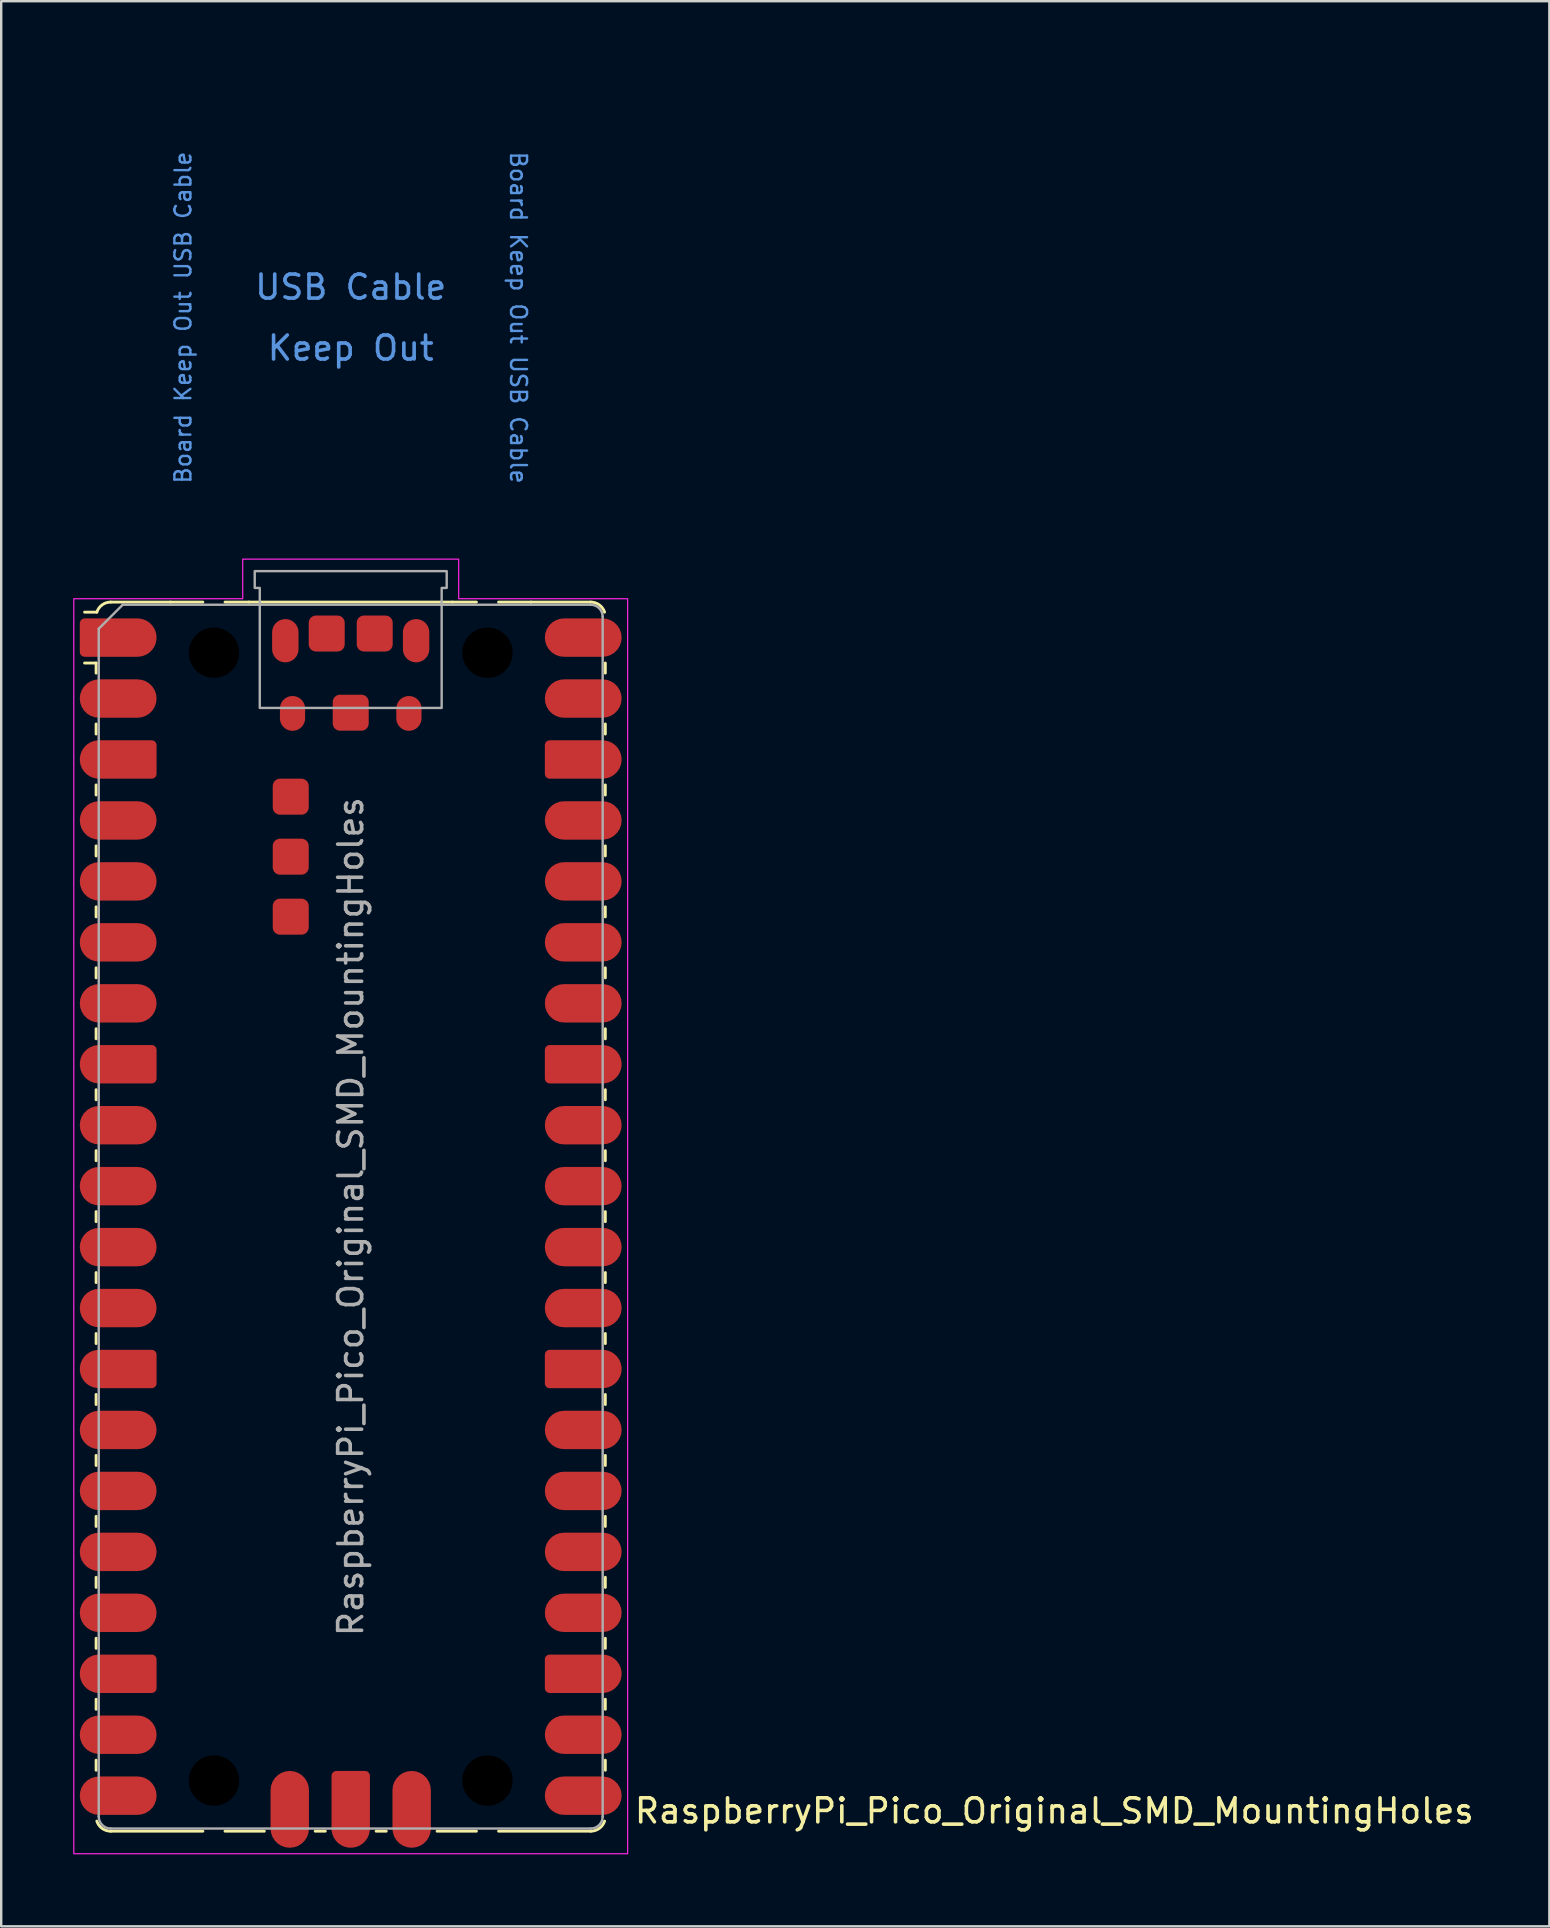
<source format=kicad_pcb>
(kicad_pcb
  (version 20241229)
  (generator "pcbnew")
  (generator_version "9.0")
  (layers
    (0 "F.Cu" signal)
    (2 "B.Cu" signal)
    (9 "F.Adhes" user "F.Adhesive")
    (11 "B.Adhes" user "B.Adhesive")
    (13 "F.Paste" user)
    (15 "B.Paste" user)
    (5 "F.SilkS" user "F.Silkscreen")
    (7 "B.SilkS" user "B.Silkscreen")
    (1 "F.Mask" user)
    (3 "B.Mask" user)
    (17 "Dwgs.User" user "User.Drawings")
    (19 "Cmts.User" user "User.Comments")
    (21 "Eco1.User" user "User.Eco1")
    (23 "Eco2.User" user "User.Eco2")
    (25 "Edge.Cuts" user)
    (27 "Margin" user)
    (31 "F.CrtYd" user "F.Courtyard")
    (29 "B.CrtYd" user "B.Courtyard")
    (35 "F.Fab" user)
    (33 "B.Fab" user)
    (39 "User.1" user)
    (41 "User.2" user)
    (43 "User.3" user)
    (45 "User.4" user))
  (footprint "RaspberryPi_Pico_Original_SMD_MountingHoles"
    (layer "F.Cu")
    (at 11.565 47.65)
    (property "Reference" "RaspberryPi_Pico_Original_SMD_MountingHoles" (at 11.748 24.765 0) (unlocked yes) (layer "F.SilkS") (effects (font (size 1 1) (thickness 0.15)) (justify left)))
    (attr smd)
    (fp_line (start -10.61 -23.07) (end -11.09 -23.07) (stroke (width 0.12) (type solid)) (layer "F.SilkS"))
    (fp_line (start -10.61 -23.07) (end -10.61 -22.65) (stroke (width 0.12) (type solid)) (layer "F.SilkS"))
    (fp_line (start -10.61 -20.53) (end -10.61 -20.11) (stroke (width 0.12) (type solid)) (layer "F.SilkS"))
    (fp_line (start -10.61 -17.99) (end -10.61 -17.57) (stroke (width 0.12) (type solid)) (layer "F.SilkS"))
    (fp_line (start -10.61 -15.45) (end -10.61 -15.03) (stroke (width 0.12) (type solid)) (layer "F.SilkS"))
    (fp_line (start -10.61 -12.91) (end -10.61 -12.49) (stroke (width 0.12) (type solid)) (layer "F.SilkS"))
    (fp_line (start -10.61 -10.37) (end -10.61 -9.95) (stroke (width 0.12) (type solid)) (layer "F.SilkS"))
    (fp_line (start -10.61 -7.83) (end -10.61 -7.41) (stroke (width 0.12) (type solid)) (layer "F.SilkS"))
    (fp_line (start -10.61 -5.29) (end -10.61 -4.87) (stroke (width 0.12) (type solid)) (layer "F.SilkS"))
    (fp_line (start -10.61 -2.75) (end -10.61 -2.33) (stroke (width 0.12) (type solid)) (layer "F.SilkS"))
    (fp_line (start -10.61 -0.21) (end -10.61 0.21) (stroke (width 0.12) (type solid)) (layer "F.SilkS"))
    (fp_line (start -10.61 2.33) (end -10.61 2.75) (stroke (width 0.12) (type solid)) (layer "F.SilkS"))
    (fp_line (start -10.61 4.87) (end -10.61 5.29) (stroke (width 0.12) (type solid)) (layer "F.SilkS"))
    (fp_line (start -10.61 7.41) (end -10.61 7.83) (stroke (width 0.12) (type solid)) (layer "F.SilkS"))
    (fp_line (start -10.61 9.95) (end -10.61 10.37) (stroke (width 0.12) (type solid)) (layer "F.SilkS"))
    (fp_line (start -10.61 12.49) (end -10.61 12.91) (stroke (width 0.12) (type solid)) (layer "F.SilkS"))
    (fp_line (start -10.61 15.03) (end -10.61 15.45) (stroke (width 0.12) (type solid)) (layer "F.SilkS"))
    (fp_line (start -10.61 17.57) (end -10.61 17.99) (stroke (width 0.12) (type solid)) (layer "F.SilkS"))
    (fp_line (start -10.61 20.11) (end -10.61 20.53) (stroke (width 0.12) (type solid)) (layer "F.SilkS"))
    (fp_line (start -10.61 22.65) (end -10.61 23.07) (stroke (width 0.12) (type solid)) (layer "F.SilkS"))
    (fp_line (start -10.58 -25.19) (end -11.09 -25.19) (stroke (width 0.12) (type solid)) (layer "F.SilkS"))
    (fp_line (start -10 -25.61) (end -7.51 -25.61) (stroke (width 0.12) (type solid)) (layer "F.SilkS"))
    (fp_line (start -10 25.61) (end -6.162 25.61) (stroke (width 0.12) (type solid)) (layer "F.SilkS"))
    (fp_line (start -7.51 -25.61) (end -6.162 -25.61) (stroke (width 0.12) (type solid)) (layer "F.SilkS"))
    (fp_line (start -5.238 -25.61) (end -4.235 -25.61) (stroke (width 0.12) (type solid)) (layer "F.SilkS"))
    (fp_line (start -4.235 -25.61) (end 4.235 -25.61) (stroke (width 0.12) (type solid)) (layer "F.SilkS"))
    (fp_line (start -3.6 25.61) (end -5.238 25.61) (stroke (width 0.12) (type solid)) (layer "F.SilkS"))
    (fp_line (start -1.48 25.61) (end -1.06 25.61) (stroke (width 0.12) (type solid)) (layer "F.SilkS"))
    (fp_line (start 1.06 25.61) (end 1.48 25.61) (stroke (width 0.12) (type solid)) (layer "F.SilkS"))
    (fp_line (start 4.235 -25.61) (end 5.238 -25.61) (stroke (width 0.12) (type solid)) (layer "F.SilkS"))
    (fp_line (start 5.238 25.61) (end 3.6 25.61) (stroke (width 0.12) (type solid)) (layer "F.SilkS"))
    (fp_line (start 6.162 -25.61) (end 7.51 -25.61) (stroke (width 0.12) (type solid)) (layer "F.SilkS"))
    (fp_line (start 6.162 25.61) (end 10 25.61) (stroke (width 0.12) (type solid)) (layer "F.SilkS"))
    (fp_line (start 10 -25.61) (end 7.51 -25.61) (stroke (width 0.12) (type solid)) (layer "F.SilkS"))
    (fp_line (start 10.61 -23.07) (end 10.61 -22.65) (stroke (width 0.12) (type solid)) (layer "F.SilkS"))
    (fp_line (start 10.61 -20.53) (end 10.61 -20.11) (stroke (width 0.12) (type solid)) (layer "F.SilkS"))
    (fp_line (start 10.61 -17.99) (end 10.61 -17.57) (stroke (width 0.12) (type solid)) (layer "F.SilkS"))
    (fp_line (start 10.61 -15.45) (end 10.61 -15.03) (stroke (width 0.12) (type solid)) (layer "F.SilkS"))
    (fp_line (start 10.61 -12.91) (end 10.61 -12.49) (stroke (width 0.12) (type solid)) (layer "F.SilkS"))
    (fp_line (start 10.61 -10.37) (end 10.61 -9.95) (stroke (width 0.12) (type solid)) (layer "F.SilkS"))
    (fp_line (start 10.61 -7.83) (end 10.61 -7.41) (stroke (width 0.12) (type solid)) (layer "F.SilkS"))
    (fp_line (start 10.61 -5.29) (end 10.61 -4.87) (stroke (width 0.12) (type solid)) (layer "F.SilkS"))
    (fp_line (start 10.61 -2.75) (end 10.61 -2.33) (stroke (width 0.12) (type solid)) (layer "F.SilkS"))
    (fp_line (start 10.61 -0.21) (end 10.61 0.21) (stroke (width 0.12) (type solid)) (layer "F.SilkS"))
    (fp_line (start 10.61 2.33) (end 10.61 2.75) (stroke (width 0.12) (type solid)) (layer "F.SilkS"))
    (fp_line (start 10.61 4.87) (end 10.61 5.29) (stroke (width 0.12) (type solid)) (layer "F.SilkS"))
    (fp_line (start 10.61 7.41) (end 10.61 7.83) (stroke (width 0.12) (type solid)) (layer "F.SilkS"))
    (fp_line (start 10.61 9.95) (end 10.61 10.37) (stroke (width 0.12) (type solid)) (layer "F.SilkS"))
    (fp_line (start 10.61 12.49) (end 10.61 12.91) (stroke (width 0.12) (type solid)) (layer "F.SilkS"))
    (fp_line (start 10.61 15.03) (end 10.61 15.45) (stroke (width 0.12) (type solid)) (layer "F.SilkS"))
    (fp_line (start 10.61 17.57) (end 10.61 17.99) (stroke (width 0.12) (type solid)) (layer "F.SilkS"))
    (fp_line (start 10.61 20.11) (end 10.61 20.53) (stroke (width 0.12) (type solid)) (layer "F.SilkS"))
    (fp_line (start 10.61 22.65) (end 10.61 23.07) (stroke (width 0.12) (type solid)) (layer "F.SilkS"))
    (fp_arc (start -10.579676 -25.189937) (mid -10.357938 -25.493944) (end -10 -25.61) (stroke (width 0.12) (type solid)) (layer "F.SilkS"))
    (fp_arc (start -10 25.61) (mid -10.357937 25.493943) (end -10.579676 25.189937) (stroke (width 0.12) (type solid)) (layer "F.SilkS"))
    (fp_arc (start 10 -25.61) (mid 10.357937 -25.493944) (end 10.579676 -25.189937) (stroke (width 0.12) (type solid)) (layer "F.SilkS"))
    (fp_arc (start 10.579676 25.189937) (mid 10.357953 25.493966) (end 10 25.61) (stroke (width 0.12) (type solid)) (layer "F.SilkS"))
    (fp_poly (pts (xy -4.5 -27.4) (xy 4.5 -27.4) (xy 4.5 -25.75) (xy 11.54 -25.75) (xy 11.54 26.55) (xy -11.54 26.55) (xy -11.54 -25.75) (xy -4.5 -25.75)) (stroke (width 0.05) (type solid)) (fill no) (layer "F.CrtYd"))
    (fp_line (start -10.5 -24.5) (end -9.5 -25.5) (stroke (width 0.1) (type solid)) (layer "F.Fab"))
    (fp_line (start -10.5 25) (end -10.5 -24.5) (stroke (width 0.1) (type solid)) (layer "F.Fab"))
    (fp_line (start -9.5 -25.5) (end 10 -25.5) (stroke (width 0.1) (type solid)) (layer "F.Fab"))
    (fp_line (start 10 25.5) (end -10 25.5) (stroke (width 0.1) (type solid)) (layer "F.Fab"))
    (fp_line (start 10.5 -25) (end 10.5 25) (stroke (width 0.1) (type solid)) (layer "F.Fab"))
    (fp_arc (start -10 25.5) (mid -10.353553 25.353553) (end -10.5 25) (stroke (width 0.1) (type solid)) (layer "F.Fab"))
    (fp_arc (start 10 -25.5) (mid 10.353553 -25.353553) (end 10.5 -25) (stroke (width 0.1) (type solid)) (layer "F.Fab"))
    (fp_arc (start 10.5 25) (mid 10.353553 25.353553) (end 10 25.5) (stroke (width 0.1) (type solid)) (layer "F.Fab"))
    (fp_poly (pts (xy 3.79 -21.2) (xy 3.79 -26.2) (xy 4 -26.2) (xy 4 -26.9) (xy -4 -26.9) (xy -4 -26.2) (xy -3.79 -26.2) (xy -3.79 -21.2)) (stroke (width 0.1) (type solid)) (fill no) (layer "F.Fab"))
    (fp_text user "Board Keep Out USB Cable" (at 6.985 -37.465 270) (unlocked yes) (layer "Cmts.User") (effects (font (size 0.667 0.667) (thickness 0.1))))
    (fp_text user "Keep Out" (at 0 -36.195 0) (unlocked yes) (layer "Cmts.User") (effects (font (size 1 1) (thickness 0.15))))
    (fp_text user "USB Cable" (at 0 -38.735 0) (unlocked yes) (layer "Cmts.User") (effects (font (size 1 1) (thickness 0.15))))
    (fp_text user "Board Keep Out USB Cable" (at -6.985 -37.465 90) (unlocked yes) (layer "Cmts.User") (effects (font (size 0.667 0.667) (thickness 0.1))))
    (fp_text user "${REFERENCE}" (at 0 0 90) (layer "F.Fab") (effects (font (size 1 1) (thickness 0.15))))
    (pad "" np_thru_hole circle (at -5.7 -23.5) (size 3.8 3.8) (drill 2.1) (layers "*.Mask"))
    (pad "" np_thru_hole circle (at -5.7 23.5) (size 3.8 3.8) (drill 2.1) (layers "*.Mask"))
    (pad "" smd oval (at -2.725 -24) (size 1.1 1.8) (layers "F.Cu" "F.Mask" "F.Paste"))
    (pad "" smd oval (at -2.425 -20.97) (size 1.05 1.45) (layers "F.Cu" "F.Mask" "F.Paste"))
    (pad "" smd oval (at 2.425 -20.97) (size 1.05 1.45) (layers "F.Cu" "F.Mask" "F.Paste"))
    (pad "" smd oval (at 2.725 -24) (size 1.1 1.8) (layers "F.Cu" "F.Mask" "F.Paste"))
    (pad "" np_thru_hole circle (at 5.7 -23.5) (size 3.8 3.8) (drill 2.1) (layers "*.Mask"))
    (pad "" np_thru_hole circle (at 5.7 23.5) (size 3.8 3.8) (drill 2.1) (layers "*.Mask"))
    (pad "1" smd custom (at -8.89 -24.13) (size 1.6 1.6) (layers "F.Cu" "F.Mask" "F.Paste") (options (anchor circle)) (primitives (gr_poly (pts (xy -2.4 0.6) (xy -2.4 -0.6) (xy -2.2 -0.8) (xy 0 -0.8) (xy 0 0.8) (xy -2.2 0.8)) (width 0) (fill yes)) (gr_circle (center -2.2 0.6) (end -2 0.6) (width 0) (fill yes)) (gr_circle (center -2.2 -0.6) (end -2 -0.6) (width 0) (fill yes))))
    (pad "2" smd roundrect (at -8.89 -21.59) (size 3.2 1.6) (drill (offset -0.8 0)) (layers "F.Cu" "F.Mask" "F.Paste") (roundrect_rratio 0.5))
    (pad "3" smd custom (at -8.89 -19.05) (size 1.6 1.6) (layers "F.Cu" "F.Mask" "F.Paste") (options (anchor circle)) (primitives (gr_poly (pts (xy 0.8 -0.6) (xy 0.8 0.6) (xy 0.6 0.8) (xy -1.6 0.8) (xy -1.6 -0.8) (xy 0.6 -0.8)) (width 0) (fill yes)) (gr_circle (center 0.6 0.6) (end 0.8 0.6) (width 0) (fill yes)) (gr_circle (center 0.6 -0.6) (end 0.8 -0.6) (width 0) (fill yes)) (gr_circle (center -1.6 0) (end -0.8 0) (width 0) (fill yes))))
    (pad "4" smd roundrect (at -8.89 -16.51) (size 3.2 1.6) (drill (offset -0.8 0)) (layers "F.Cu" "F.Mask" "F.Paste") (roundrect_rratio 0.5))
    (pad "5" smd roundrect (at -8.89 -13.97) (size 3.2 1.6) (drill (offset -0.8 0)) (layers "F.Cu" "F.Mask" "F.Paste") (roundrect_rratio 0.5))
    (pad "6" smd roundrect (at -8.89 -11.43) (size 3.2 1.6) (drill (offset -0.8 0)) (layers "F.Cu" "F.Mask" "F.Paste") (roundrect_rratio 0.5))
    (pad "7" smd roundrect (at -8.89 -8.89) (size 3.2 1.6) (drill (offset -0.8 0)) (layers "F.Cu" "F.Mask" "F.Paste") (roundrect_rratio 0.5))
    (pad "8" smd custom (at -8.89 -6.35) (size 1.6 1.6) (layers "F.Cu" "F.Mask" "F.Paste") (options (anchor circle)) (primitives (gr_poly (pts (xy 0.8 -0.6) (xy 0.8 0.6) (xy 0.6 0.8) (xy -1.6 0.8) (xy -1.6 -0.8) (xy 0.6 -0.8)) (width 0) (fill yes)) (gr_circle (center 0.6 0.6) (end 0.8 0.6) (width 0) (fill yes)) (gr_circle (center 0.6 -0.6) (end 0.8 -0.6) (width 0) (fill yes)) (gr_circle (center -1.6 0) (end -0.8 0) (width 0) (fill yes))))
    (pad "9" smd roundrect (at -8.89 -3.81) (size 3.2 1.6) (drill (offset -0.8 0)) (layers "F.Cu" "F.Mask" "F.Paste") (roundrect_rratio 0.5))
    (pad "10" smd roundrect (at -8.89 -1.27) (size 3.2 1.6) (drill (offset -0.8 0)) (layers "F.Cu" "F.Mask" "F.Paste") (roundrect_rratio 0.5))
    (pad "11" smd roundrect (at -8.89 1.27) (size 3.2 1.6) (drill (offset -0.8 0)) (layers "F.Cu" "F.Mask" "F.Paste") (roundrect_rratio 0.5))
    (pad "12" smd roundrect (at -8.89 3.81) (size 3.2 1.6) (drill (offset -0.8 0)) (layers "F.Cu" "F.Mask" "F.Paste") (roundrect_rratio 0.5))
    (pad "13" smd custom (at -8.89 6.35) (size 1.6 1.6) (layers "F.Cu" "F.Mask" "F.Paste") (options (anchor circle)) (primitives (gr_poly (pts (xy 0.8 -0.6) (xy 0.8 0.6) (xy 0.6 0.8) (xy -1.6 0.8) (xy -1.6 -0.8) (xy 0.6 -0.8)) (width 0) (fill yes)) (gr_circle (center 0.6 0.6) (end 0.8 0.6) (width 0) (fill yes)) (gr_circle (center 0.6 -0.6) (end 0.8 -0.6) (width 0) (fill yes)) (gr_circle (center -1.6 0) (end -0.8 0) (width 0) (fill yes))))
    (pad "14" smd roundrect (at -8.89 8.89) (size 3.2 1.6) (drill (offset -0.8 0)) (layers "F.Cu" "F.Mask" "F.Paste") (roundrect_rratio 0.5))
    (pad "15" smd roundrect (at -8.89 11.43) (size 3.2 1.6) (drill (offset -0.8 0)) (layers "F.Cu" "F.Mask" "F.Paste") (roundrect_rratio 0.5))
    (pad "16" smd roundrect (at -8.89 13.97) (size 3.2 1.6) (drill (offset -0.8 0)) (layers "F.Cu" "F.Mask" "F.Paste") (roundrect_rratio 0.5))
    (pad "17" smd roundrect (at -8.89 16.51) (size 3.2 1.6) (drill (offset -0.8 0)) (layers "F.Cu" "F.Mask" "F.Paste") (roundrect_rratio 0.5))
    (pad "18" smd custom (at -8.89 19.05) (size 1.6 1.6) (layers "F.Cu" "F.Mask" "F.Paste") (options (anchor circle)) (primitives (gr_poly (pts (xy 0.8 -0.6) (xy 0.8 0.6) (xy 0.6 0.8) (xy -1.6 0.8) (xy -1.6 -0.8) (xy 0.6 -0.8)) (width 0) (fill yes)) (gr_circle (center 0.6 0.6) (end 0.8 0.6) (width 0) (fill yes)) (gr_circle (center 0.6 -0.6) (end 0.8 -0.6) (width 0) (fill yes)) (gr_circle (center -1.6 0) (end -0.8 0) (width 0) (fill yes))))
    (pad "19" smd roundrect (at -8.89 21.59) (size 3.2 1.6) (drill (offset -0.8 0)) (layers "F.Cu" "F.Mask" "F.Paste") (roundrect_rratio 0.5))
    (pad "20" smd roundrect (at -8.89 24.13) (size 3.2 1.6) (drill (offset -0.8 0)) (layers "F.Cu" "F.Mask" "F.Paste") (roundrect_rratio 0.5))
    (pad "21" smd roundrect (at 8.89 24.13) (size 3.2 1.6) (drill (offset 0.8 0)) (layers "F.Cu" "F.Mask" "F.Paste") (roundrect_rratio 0.5))
    (pad "22" smd roundrect (at 8.89 21.59) (size 3.2 1.6) (drill (offset 0.8 0)) (layers "F.Cu" "F.Mask" "F.Paste") (roundrect_rratio 0.5))
    (pad "23" smd custom (at 8.89 19.05) (size 1.6 1.6) (layers "F.Cu" "F.Mask" "F.Paste") (options (anchor circle)) (primitives (gr_poly (pts (xy -0.8 -0.6) (xy -0.8 0.6) (xy -0.6 0.8) (xy 1.6 0.8) (xy 1.6 -0.8) (xy -0.6 -0.8)) (width 0) (fill yes)) (gr_circle (center -0.6 0.6) (end -0.4 0.6) (width 0) (fill yes)) (gr_circle (center -0.6 -0.6) (end -0.4 -0.6) (width 0) (fill yes)) (gr_circle (center 1.6 0) (end 2.4 0) (width 0) (fill yes))))
    (pad "24" smd roundrect (at 8.89 16.51) (size 3.2 1.6) (drill (offset 0.8 0)) (layers "F.Cu" "F.Mask" "F.Paste") (roundrect_rratio 0.5))
    (pad "25" smd roundrect (at 8.89 13.97) (size 3.2 1.6) (drill (offset 0.8 0)) (layers "F.Cu" "F.Mask" "F.Paste") (roundrect_rratio 0.5))
    (pad "26" smd roundrect (at 8.89 11.43) (size 3.2 1.6) (drill (offset 0.8 0)) (layers "F.Cu" "F.Mask" "F.Paste") (roundrect_rratio 0.5))
    (pad "27" smd roundrect (at 8.89 8.89) (size 3.2 1.6) (drill (offset 0.8 0)) (layers "F.Cu" "F.Mask" "F.Paste") (roundrect_rratio 0.5))
    (pad "28" smd custom (at 8.89 6.35) (size 1.6 1.6) (layers "F.Cu" "F.Mask" "F.Paste") (options (anchor circle)) (primitives (gr_poly (pts (xy -0.8 -0.6) (xy -0.8 0.6) (xy -0.6 0.8) (xy 1.6 0.8) (xy 1.6 -0.8) (xy -0.6 -0.8)) (width 0) (fill yes)) (gr_circle (center -0.6 0.6) (end -0.4 0.6) (width 0) (fill yes)) (gr_circle (center -0.6 -0.6) (end -0.4 -0.6) (width 0) (fill yes)) (gr_circle (center 1.6 0) (end 2.4 0) (width 0) (fill yes))))
    (pad "29" smd roundrect (at 8.89 3.81) (size 3.2 1.6) (drill (offset 0.8 0)) (layers "F.Cu" "F.Mask" "F.Paste") (roundrect_rratio 0.5))
    (pad "30" smd roundrect (at 8.89 1.27) (size 3.2 1.6) (drill (offset 0.8 0)) (layers "F.Cu" "F.Mask" "F.Paste") (roundrect_rratio 0.5))
    (pad "31" smd roundrect (at 8.89 -1.27) (size 3.2 1.6) (drill (offset 0.8 0)) (layers "F.Cu" "F.Mask" "F.Paste") (roundrect_rratio 0.5))
    (pad "32" smd roundrect (at 8.89 -3.81) (size 3.2 1.6) (drill (offset 0.8 0)) (layers "F.Cu" "F.Mask" "F.Paste") (roundrect_rratio 0.5))
    (pad "33" smd custom (at 8.89 -6.35) (size 1.6 1.6) (layers "F.Cu" "F.Mask" "F.Paste") (options (anchor circle)) (primitives (gr_poly (pts (xy -0.8 -0.6) (xy -0.8 0.6) (xy -0.6 0.8) (xy 1.6 0.8) (xy 1.6 -0.8) (xy -0.6 -0.8)) (width 0) (fill yes)) (gr_circle (center -0.6 0.6) (end -0.4 0.6) (width 0) (fill yes)) (gr_circle (center -0.6 -0.6) (end -0.4 -0.6) (width 0) (fill yes)) (gr_circle (center 1.6 0) (end 2.4 0) (width 0) (fill yes))))
    (pad "34" smd roundrect (at 8.89 -8.89) (size 3.2 1.6) (drill (offset 0.8 0)) (layers "F.Cu" "F.Mask" "F.Paste") (roundrect_rratio 0.5))
    (pad "35" smd roundrect (at 8.89 -11.43) (size 3.2 1.6) (drill (offset 0.8 0)) (layers "F.Cu" "F.Mask" "F.Paste") (roundrect_rratio 0.5))
    (pad "36" smd roundrect (at 8.89 -13.97) (size 3.2 1.6) (drill (offset 0.8 0)) (layers "F.Cu" "F.Mask" "F.Paste") (roundrect_rratio 0.5))
    (pad "37" smd roundrect (at 8.89 -16.51) (size 3.2 1.6) (drill (offset 0.8 0)) (layers "F.Cu" "F.Mask" "F.Paste") (roundrect_rratio 0.5))
    (pad "38" smd custom (at 8.89 -19.05) (size 1.6 1.6) (layers "F.Cu" "F.Mask" "F.Paste") (options (anchor circle)) (primitives (gr_poly (pts (xy -0.8 -0.6) (xy -0.8 0.6) (xy -0.6 0.8) (xy 1.6 0.8) (xy 1.6 -0.8) (xy -0.6 -0.8)) (width 0) (fill yes)) (gr_circle (center -0.6 0.6) (end -0.4 0.6) (width 0) (fill yes)) (gr_circle (center -0.6 -0.6) (end -0.4 -0.6) (width 0) (fill yes)) (gr_circle (center 1.6 0) (end 2.4 0) (width 0) (fill yes))))
    (pad "39" smd roundrect (at 8.89 -21.59) (size 3.2 1.6) (drill (offset 0.8 0)) (layers "F.Cu" "F.Mask" "F.Paste") (roundrect_rratio 0.5))
    (pad "40" smd roundrect (at 8.89 -24.13) (size 3.2 1.6) (drill (offset 0.8 0)) (layers "F.Cu" "F.Mask" "F.Paste") (roundrect_rratio 0.5))
    (pad "D1" smd roundrect (at -2.54 23.9 90) (size 3.2 1.6) (drill (offset -0.8 0)) (layers "F.Cu" "F.Mask" "F.Paste") (roundrect_rratio 0.5))
    (pad "D2" smd custom (at 0 23.9 270) (size 1.6 1.6) (layers "F.Cu" "F.Mask" "F.Paste") (options (anchor circle)) (primitives (gr_poly (pts (xy -0.8 -0.6) (xy -0.8 0.6) (xy -0.6 0.8) (xy 1.6 0.8) (xy 1.6 -0.8) (xy -0.6 -0.8)) (width 0) (fill yes)) (gr_circle (center -0.6 0.6) (end -0.4 0.6) (width 0) (fill yes)) (gr_circle (center -0.6 -0.6) (end -0.4 -0.6) (width 0) (fill yes)) (gr_circle (center 1.6 0) (end 2.4 0) (width 0) (fill yes))))
    (pad "D3" smd roundrect (at 2.54 23.9 90) (size 3.2 1.6) (drill (offset -0.8 0)) (layers "F.Cu" "F.Mask" "F.Paste") (roundrect_rratio 0.5))
    (pad "TP1" smd roundrect (at 0 -21) (size 1.5 1.5) (layers "F.Cu" "F.Mask" "F.Paste") (roundrect_rratio 0.2))
    (pad "TP2" smd roundrect (at 1 -24.3) (size 1.5 1.5) (layers "F.Cu" "F.Mask" "F.Paste") (roundrect_rratio 0.2))
    (pad "TP3" smd roundrect (at -1 -24.3) (size 1.5 1.5) (layers "F.Cu" "F.Mask" "F.Paste") (roundrect_rratio 0.2))
    (pad "TP4" smd roundrect (at -2.5 -17.5) (size 1.5 1.5) (layers "F.Cu" "F.Mask" "F.Paste") (roundrect_rratio 0.2))
    (pad "TP5" smd roundrect (at -2.5 -15) (size 1.5 1.5) (layers "F.Cu" "F.Mask" "F.Paste") (roundrect_rratio 0.2))
    (pad "TP6" smd roundrect (at -2.5 -12.5) (size 1.5 1.5) (layers "F.Cu" "F.Mask" "F.Paste") (roundrect_rratio 0.2))
    (zone (net_name "") (layer "Edge.Cuts") (name "Board Keep Out USB Cable") (hatch edge 0.5) (connect_pads) (min_thickness 0.254) (filled_areas_thickness no) (keepout (tracks allowed) (vias allowed) (pads allowed) (copperpour allowed) (footprints allowed)) (placement (enabled no)) (fill) (polygon (pts (xy 5.365 0) (xy 17.765 0) (xy 17.765 20.4) (xy 5.365 20.4))))
    (zone (net_name "") (layer "F.CrtYd") (name "USB Cable Keep Out") (hatch full 0.5) (connect_pads) (min_thickness 0.254) (filled_areas_thickness no) (keepout (tracks allowed) (vias allowed) (pads allowed) (copperpour allowed) (footprints not_allowed)) (placement (enabled no)) (fill) (polygon (pts (xy 5.815 19.95) (xy 7.625 19.95) (xy 7.625 20.25) (xy 15.505 20.25) (xy 15.505 19.95) (xy 17.315 19.95) (xy 17.315 0.45) (xy 5.815 0.45)))))
  (gr_rect
    (start -3 -3)
    (end 61.515 77.225)
    (stroke (width 0.1) (type default))
    (fill no)
    (layer "Edge.Cuts")))
</source>
